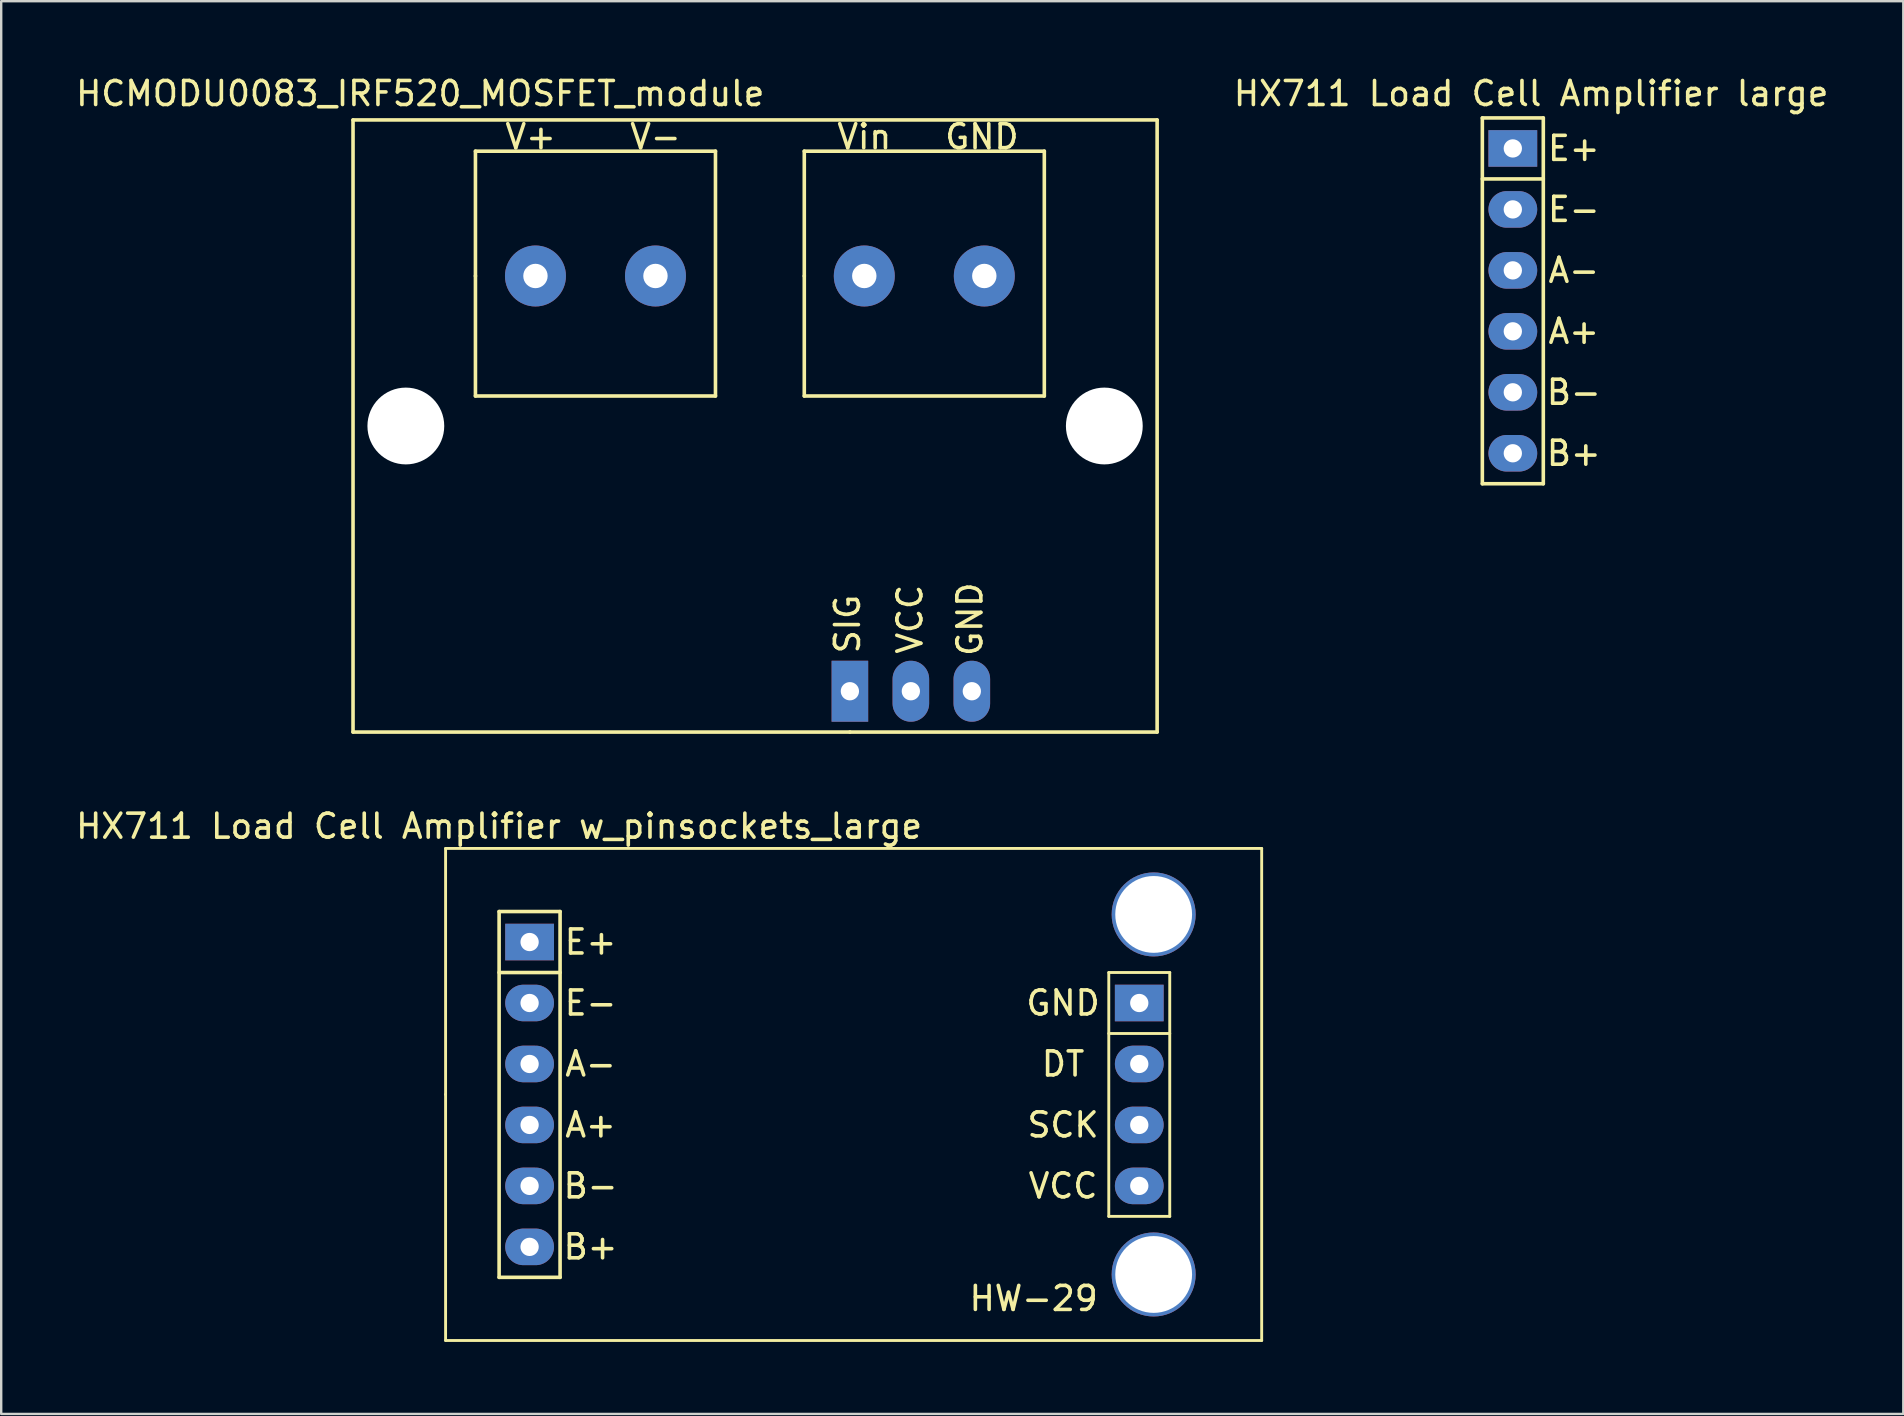
<source format=kicad_pcb>
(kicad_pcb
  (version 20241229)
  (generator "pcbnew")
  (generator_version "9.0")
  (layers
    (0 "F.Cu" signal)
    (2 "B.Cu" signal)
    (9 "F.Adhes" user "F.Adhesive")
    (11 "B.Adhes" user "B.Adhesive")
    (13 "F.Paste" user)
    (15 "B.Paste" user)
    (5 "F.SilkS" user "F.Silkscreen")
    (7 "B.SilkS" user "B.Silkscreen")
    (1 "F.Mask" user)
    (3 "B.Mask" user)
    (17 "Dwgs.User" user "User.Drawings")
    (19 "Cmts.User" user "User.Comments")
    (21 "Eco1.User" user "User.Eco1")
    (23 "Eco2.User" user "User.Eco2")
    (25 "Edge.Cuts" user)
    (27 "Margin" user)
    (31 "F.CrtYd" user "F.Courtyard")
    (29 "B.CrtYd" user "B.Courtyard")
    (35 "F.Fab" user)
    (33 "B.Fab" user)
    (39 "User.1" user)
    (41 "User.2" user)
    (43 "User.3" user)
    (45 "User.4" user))
  (footprint "HCMODU0083_IRF520_MOSFET_module"
    (layer "F.Cu")
    (at 32.358 25.748)
    (property "Reference" "HCMODU0083_IRF520_MOSFET_module" (at -17.9 -24.9 0) (layer "F.SilkS") (effects (font (size 1 1) (thickness 0.15))))
    (attr through_hole)
    (fp_line (start -20.7 -23.8) (end 12.8 -23.8) (stroke (width 0.15) (type solid)) (layer "F.SilkS"))
    (fp_line (start -20.7 1.7) (end -20.7 -23.8) (stroke (width 0.15) (type solid)) (layer "F.SilkS"))
    (fp_line (start -15.6 -22.5) (end -5.6 -22.5) (stroke (width 0.15) (type solid)) (layer "F.SilkS"))
    (fp_line (start -15.6 -17.3) (end -15.6 -22.5) (stroke (width 0.15) (type solid)) (layer "F.SilkS"))
    (fp_line (start -15.6 -12.3) (end -15.6 -17.3) (stroke (width 0.15) (type solid)) (layer "F.SilkS"))
    (fp_line (start -5.6 -22.5) (end -5.6 -12.3) (stroke (width 0.15) (type solid)) (layer "F.SilkS"))
    (fp_line (start -5.6 -12.3) (end -15.6 -12.3) (stroke (width 0.15) (type solid)) (layer "F.SilkS"))
    (fp_line (start -1.9 -22.5) (end 8.1 -22.5) (stroke (width 0.15) (type solid)) (layer "F.SilkS"))
    (fp_line (start -1.9 -17.3) (end -1.9 -22.5) (stroke (width 0.15) (type solid)) (layer "F.SilkS"))
    (fp_line (start -1.9 -12.3) (end -1.9 -17.3) (stroke (width 0.15) (type solid)) (layer "F.SilkS"))
    (fp_line (start 0 1.7) (end -20.7 1.7) (stroke (width 0.15) (type solid)) (layer "F.SilkS"))
    (fp_line (start 8.1 -22.5) (end 8.1 -12.3) (stroke (width 0.15) (type solid)) (layer "F.SilkS"))
    (fp_line (start 8.1 -12.3) (end -1.9 -12.3) (stroke (width 0.15) (type solid)) (layer "F.SilkS"))
    (fp_line (start 12.8 -23.8) (end 12.8 1.7) (stroke (width 0.15) (type solid)) (layer "F.SilkS"))
    (fp_line (start 12.8 1.7) (end 0 1.7) (stroke (width 0.15) (type solid)) (layer "F.SilkS"))
    (fp_text user "V-" (at -8.1 -23.1 0) (layer "F.SilkS") (effects (font (size 1 1) (thickness 0.15))))
    (fp_text user "V+" (at -13.3 -23.1 0) (layer "F.SilkS") (effects (font (size 1 1) (thickness 0.15))))
    (fp_text user "Vin" (at 0.6 -23.1 0) (layer "F.SilkS") (effects (font (size 1 1) (thickness 0.15))))
    (fp_text user "SIG" (at -0.1 -2.8 90) (layer "F.SilkS") (effects (font (size 1 1) (thickness 0.15))))
    (fp_text user "GND" (at 5.5 -23.1 0) (layer "F.SilkS") (effects (font (size 1 1) (thickness 0.15))))
    (fp_text user "VCC" (at 2.5 -3 90) (layer "F.SilkS") (effects (font (size 1 1) (thickness 0.15))))
    (fp_text user "GND" (at 5 -3 90) (layer "F.SilkS") (effects (font (size 1 1) (thickness 0.15))))
    (pad "" np_thru_hole circle (at -18.5 -11.05) (size 3.2 3.2) (drill 3.2) (layers "*.Cu" "*.Mask"))
    (pad "" np_thru_hole circle (at 10.6 -11.05) (size 3.2 3.2) (drill 3.2) (layers "*.Cu" "*.Mask"))
    (pad "1" thru_hole rect (at 0 0) (size 1.524 2.54) (drill 0.762) (layers "*.Cu" "*.Mask"))
    (pad "2" thru_hole oval (at 2.54 0) (size 1.524 2.54) (drill 0.762) (layers "*.Cu" "*.Mask"))
    (pad "3" thru_hole oval (at 5.08 0) (size 1.524 2.54) (drill 0.762) (layers "*.Cu" "*.Mask"))
    (pad "4" thru_hole oval (at 0.6 -17.3) (size 2.54 2.54) (drill 1.016) (layers "*.Cu" "*.Mask"))
    (pad "5" thru_hole oval (at 5.6 -17.3) (size 2.54 2.54) (drill 1.016) (layers "*.Cu" "*.Mask"))
    (pad "6" thru_hole oval (at -13.1 -17.3) (size 2.54 2.54) (drill 1.016) (layers "*.Cu" "*.Mask"))
    (pad "7" thru_hole oval (at -8.1 -17.3) (size 2.54 2.54) (drill 1.016) (layers "*.Cu" "*.Mask")))
  (footprint "HX711 Load Cell Amplifier large"
    (layer "F.Cu")
    (at 59.977 3.134)
    (property "Reference" "HX711 Load Cell Amplifier large" (at 0.762 -2.286 0) (unlocked yes) (layer "F.SilkS") (effects (font (size 1 1) (thickness 0.15))))
    (attr through_hole)
    (fp_line (start -1.27 -1.27) (end -1.27 13.97) (stroke (width 0.15) (type solid)) (layer "F.SilkS"))
    (fp_line (start -1.27 1.27) (end 1.27 1.27) (stroke (width 0.15) (type solid)) (layer "F.SilkS"))
    (fp_line (start -1.27 13.97) (end 1.27 13.97) (stroke (width 0.15) (type solid)) (layer "F.SilkS"))
    (fp_line (start 1.27 -1.27) (end -1.27 -1.27) (stroke (width 0.15) (type solid)) (layer "F.SilkS"))
    (fp_line (start 1.27 13.97) (end 1.27 -1.27) (stroke (width 0.15) (type solid)) (layer "F.SilkS"))
    (fp_text user "E+" (at 2.54 0 0) (unlocked yes) (layer "F.SilkS") (effects (font (size 1 1) (thickness 0.15))))
    (fp_text user "B-" (at 2.54 10.16 0) (unlocked yes) (layer "F.SilkS") (effects (font (size 1 1) (thickness 0.15))))
    (fp_text user "A-" (at 2.54 5.08 0) (unlocked yes) (layer "F.SilkS") (effects (font (size 1 1) (thickness 0.15))))
    (fp_text user "E-" (at 2.54 2.54 0) (unlocked yes) (layer "F.SilkS") (effects (font (size 1 1) (thickness 0.15))))
    (fp_text user "A+" (at 2.54 7.62 0) (unlocked yes) (layer "F.SilkS") (effects (font (size 1 1) (thickness 0.15))))
    (fp_text user "B+" (at 2.54 12.7 0) (unlocked yes) (layer "F.SilkS") (effects (font (size 1 1) (thickness 0.15))))
    (pad "1" thru_hole rect (at 0 0) (size 2.032 1.524) (drill 0.762) (layers "*.Cu" "*.Mask"))
    (pad "2" thru_hole oval (at 0 2.54) (size 2.032 1.524) (drill 0.762) (layers "*.Cu" "*.Mask"))
    (pad "3" thru_hole oval (at 0 5.08) (size 2.032 1.524) (drill 0.762) (layers "*.Cu" "*.Mask"))
    (pad "4" thru_hole oval (at 0 7.62) (size 2.032 1.524) (drill 0.762) (layers "*.Cu" "*.Mask"))
    (pad "5" thru_hole oval (at 0 10.16) (size 2.032 1.524) (drill 0.762) (layers "*.Cu" "*.Mask"))
    (pad "6" thru_hole oval (at 0 12.7) (size 2.032 1.524) (drill 0.762) (layers "*.Cu" "*.Mask")))
  (footprint "HX711 Load Cell Amplifier w_pinsockets_large"
    (layer "F.Cu")
    (at 19.014 36.197)
    (property "Reference" "HX711 Load Cell Amplifier w_pinsockets_large" (at -1.27 -4.826 0) (unlocked yes) (layer "F.SilkS") (effects (font (size 1 1) (thickness 0.15))))
    (attr through_hole)
    (fp_line (start -3.5 -3.9) (end 30.5 -3.9) (stroke (width 0.12) (type solid)) (layer "F.SilkS"))
    (fp_line (start -3.5 6.35) (end -3.5 -3.9) (stroke (width 0.12) (type solid)) (layer "F.SilkS"))
    (fp_line (start -3.5 16.6) (end -3.5 6.35) (stroke (width 0.12) (type solid)) (layer "F.SilkS"))
    (fp_line (start -1.27 -1.27) (end -1.27 13.97) (stroke (width 0.15) (type solid)) (layer "F.SilkS"))
    (fp_line (start -1.27 1.27) (end 1.27 1.27) (stroke (width 0.15) (type solid)) (layer "F.SilkS"))
    (fp_line (start -1.27 13.97) (end 1.27 13.97) (stroke (width 0.15) (type solid)) (layer "F.SilkS"))
    (fp_line (start 1.27 -1.27) (end -1.27 -1.27) (stroke (width 0.15) (type solid)) (layer "F.SilkS"))
    (fp_line (start 1.27 13.97) (end 1.27 -1.27) (stroke (width 0.15) (type solid)) (layer "F.SilkS"))
    (fp_line (start 24.13 1.27) (end 24.13 11.43) (stroke (width 0.12) (type solid)) (layer "F.SilkS"))
    (fp_line (start 24.13 3.81) (end 26.67 3.81) (stroke (width 0.12) (type solid)) (layer "F.SilkS"))
    (fp_line (start 24.13 11.43) (end 26.67 11.43) (stroke (width 0.12) (type solid)) (layer "F.SilkS"))
    (fp_line (start 26.67 1.27) (end 24.13 1.27) (stroke (width 0.12) (type solid)) (layer "F.SilkS"))
    (fp_line (start 26.67 11.43) (end 26.67 1.27) (stroke (width 0.12) (type solid)) (layer "F.SilkS"))
    (fp_line (start 30.5 -3.9) (end 30.5 16.6) (stroke (width 0.12) (type solid)) (layer "F.SilkS"))
    (fp_line (start 30.5 16.6) (end -3.5 16.6) (stroke (width 0.12) (type solid)) (layer "F.SilkS"))
    (fp_circle (center 26 -1.15) (end 27.5 -1.15) (stroke (width 0.12) (type solid)) (fill no) (layer "F.SilkS"))
    (fp_circle (center 26 13.85) (end 27.5 13.85) (stroke (width 0.12) (type solid)) (fill no) (layer "F.SilkS"))
    (fp_text user "B-" (at 2.54 10.16 0) (unlocked yes) (layer "F.SilkS") (effects (font (size 1 1) (thickness 0.15))))
    (fp_text user "B+" (at 2.54 12.7 0) (unlocked yes) (layer "F.SilkS") (effects (font (size 1 1) (thickness 0.15))))
    (fp_text user "SCK" (at 22.225 7.62 0) (unlocked yes) (layer "F.SilkS") (effects (font (size 1 1) (thickness 0.15))))
    (fp_text user "E+" (at 2.54 0 0) (unlocked yes) (layer "F.SilkS") (effects (font (size 1 1) (thickness 0.15))))
    (fp_text user "HW-29" (at 21 14.85 0) (unlocked yes) (layer "F.SilkS") (effects (font (size 1 1) (thickness 0.15))))
    (fp_text user "GND" (at 22.225 2.54 0) (unlocked yes) (layer "F.SilkS") (effects (font (size 1 1) (thickness 0.15))))
    (fp_text user "A+" (at 2.54 7.62 0) (unlocked yes) (layer "F.SilkS") (effects (font (size 1 1) (thickness 0.15))))
    (fp_text user "VCC" (at 22.225 10.16 0) (unlocked yes) (layer "F.SilkS") (effects (font (size 1 1) (thickness 0.15))))
    (fp_text user "DT" (at 22.225 5.08 0) (unlocked yes) (layer "F.SilkS") (effects (font (size 1 1) (thickness 0.15))))
    (fp_text user "E-" (at 2.54 2.54 0) (unlocked yes) (layer "F.SilkS") (effects (font (size 1 1) (thickness 0.15))))
    (fp_text user "A-" (at 2.54 5.08 0) (unlocked yes) (layer "F.SilkS") (effects (font (size 1 1) (thickness 0.15))))
    (pad "" np_thru_hole oval (at 26 -1.15) (size 3.5 3.5) (drill 3.2) (layers "*.Cu" "*.Mask"))
    (pad "" np_thru_hole oval (at 26 13.85) (size 3.5 3.5) (drill 3.2) (layers "*.Cu" "*.Mask"))
    (pad "1" thru_hole rect (at 0 0) (size 2.032 1.524) (drill 0.762) (layers "*.Cu" "*.Mask"))
    (pad "2" thru_hole oval (at 0 2.54) (size 2.032 1.524) (drill 0.762) (layers "*.Cu" "*.Mask"))
    (pad "3" thru_hole oval (at 0 5.08) (size 2.032 1.524) (drill 0.762) (layers "*.Cu" "*.Mask"))
    (pad "4" thru_hole oval (at 0 7.62) (size 2.032 1.524) (drill 0.762) (layers "*.Cu" "*.Mask"))
    (pad "5" thru_hole oval (at 0 10.16) (size 2.032 1.524) (drill 0.762) (layers "*.Cu" "*.Mask"))
    (pad "6" thru_hole oval (at 0 12.7) (size 2.032 1.524) (drill 0.762) (layers "*.Cu" "*.Mask"))
    (pad "7" thru_hole rect (at 25.4 2.54) (size 2.032 1.524) (drill 0.762) (layers "*.Cu" "*.Mask"))
    (pad "8" thru_hole oval (at 25.4 5.08) (size 2.032 1.524) (drill 0.762) (layers "*.Cu" "*.Mask"))
    (pad "9" thru_hole oval (at 25.4 7.62) (size 2.032 1.524) (drill 0.762) (layers "*.Cu" "*.Mask"))
    (pad "10" thru_hole oval (at 25.4 10.16) (size 2.032 1.524) (drill 0.762) (layers "*.Cu" "*.Mask")))
  (gr_rect
    (start -3 -3)
    (end 76.245 55.858)
    (stroke (width 0.1) (type default))
    (fill no)
    (layer "Edge.Cuts")))
</source>
